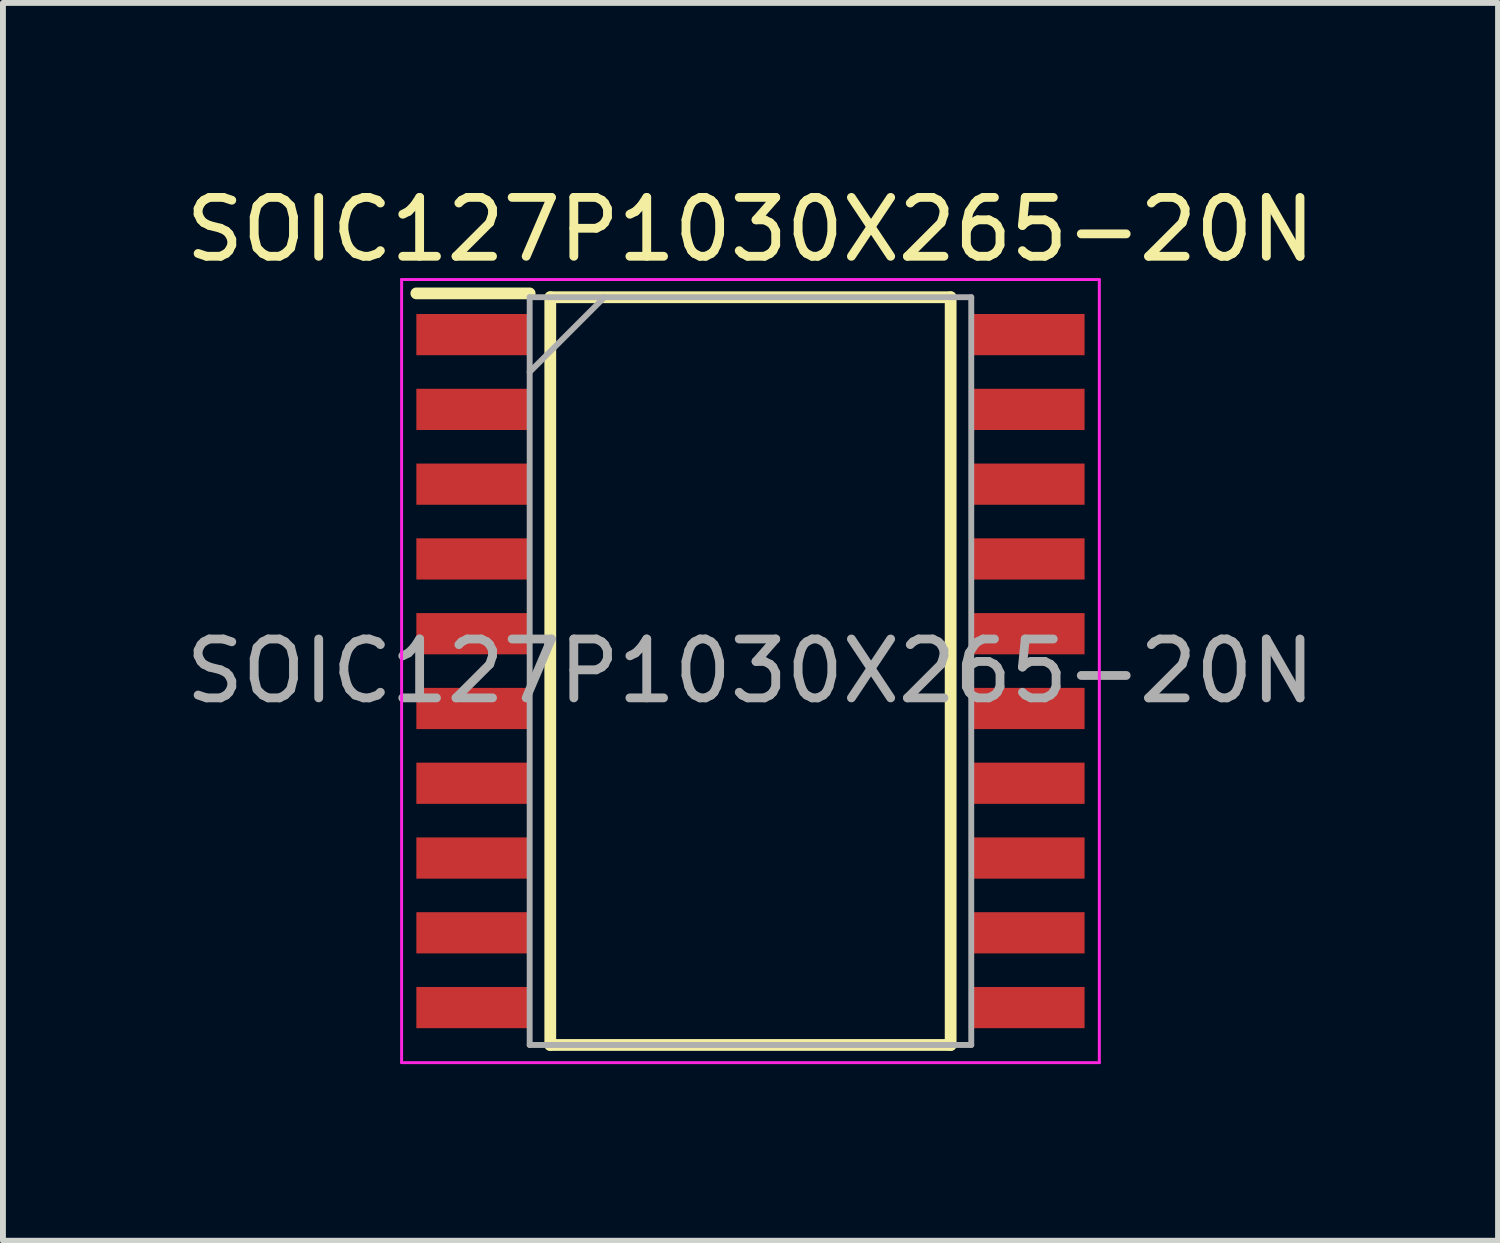
<source format=kicad_pcb>
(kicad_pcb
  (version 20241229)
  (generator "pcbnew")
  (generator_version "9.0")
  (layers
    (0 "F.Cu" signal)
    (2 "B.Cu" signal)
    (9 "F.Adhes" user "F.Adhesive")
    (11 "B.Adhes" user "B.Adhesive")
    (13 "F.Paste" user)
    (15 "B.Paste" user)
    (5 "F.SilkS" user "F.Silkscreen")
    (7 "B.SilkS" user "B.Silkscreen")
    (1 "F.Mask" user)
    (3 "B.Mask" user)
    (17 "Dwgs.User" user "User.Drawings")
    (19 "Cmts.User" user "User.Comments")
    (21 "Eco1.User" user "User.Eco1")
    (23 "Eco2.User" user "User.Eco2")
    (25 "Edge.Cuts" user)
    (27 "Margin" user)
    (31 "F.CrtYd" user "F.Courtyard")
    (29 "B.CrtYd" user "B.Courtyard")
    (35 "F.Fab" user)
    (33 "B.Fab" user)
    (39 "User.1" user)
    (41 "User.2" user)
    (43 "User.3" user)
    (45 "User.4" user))
  (footprint "SOIC127P1030X265-20N"
    (layer "F.Cu")
    (at 9.696 8.348)
    (property "Reference" "SOIC127P1030X265-20N" (at 0 -7.5 0) (layer "F.SilkS") (effects (font (size 1 1) (thickness 0.15))))
    (attr smd)
    (fp_line (start -5.675 -6.415) (end -3.75 -6.415) (stroke (width 0.2) (type solid)) (layer "F.SilkS"))
    (fp_line (start -3.4 -6.35) (end 3.4 -6.35) (stroke (width 0.2) (type solid)) (layer "F.SilkS"))
    (fp_line (start -3.4 6.35) (end -3.4 -6.35) (stroke (width 0.2) (type solid)) (layer "F.SilkS"))
    (fp_line (start 3.4 -6.35) (end 3.4 6.35) (stroke (width 0.2) (type solid)) (layer "F.SilkS"))
    (fp_line (start 3.4 6.35) (end -3.4 6.35) (stroke (width 0.2) (type solid)) (layer "F.SilkS"))
    (fp_line (start -5.925 -6.65) (end 5.925 -6.65) (stroke (width 0.05) (type solid)) (layer "F.CrtYd"))
    (fp_line (start -5.925 6.65) (end -5.925 -6.65) (stroke (width 0.05) (type solid)) (layer "F.CrtYd"))
    (fp_line (start 5.925 -6.65) (end 5.925 6.65) (stroke (width 0.05) (type solid)) (layer "F.CrtYd"))
    (fp_line (start 5.925 6.65) (end -5.925 6.65) (stroke (width 0.05) (type solid)) (layer "F.CrtYd"))
    (fp_line (start -3.75 -6.35) (end 3.75 -6.35) (stroke (width 0.1) (type solid)) (layer "F.Fab"))
    (fp_line (start -3.75 -5.08) (end -2.48 -6.35) (stroke (width 0.1) (type solid)) (layer "F.Fab"))
    (fp_line (start -3.75 6.35) (end -3.75 -6.35) (stroke (width 0.1) (type solid)) (layer "F.Fab"))
    (fp_line (start 3.75 -6.35) (end 3.75 6.35) (stroke (width 0.1) (type solid)) (layer "F.Fab"))
    (fp_line (start 3.75 6.35) (end -3.75 6.35) (stroke (width 0.1) (type solid)) (layer "F.Fab"))
    (fp_text user "${REFERENCE}" (at 0 0 0) (layer "F.Fab") (effects (font (size 1 1) (thickness 0.15))))
    (pad "1" smd rect (at -4.712 -5.715 90) (size 0.7 1.925) (layers "F.Cu" "F.Mask" "F.Paste"))
    (pad "2" smd rect (at -4.712 -4.445 90) (size 0.7 1.925) (layers "F.Cu" "F.Mask" "F.Paste"))
    (pad "3" smd rect (at -4.712 -3.175 90) (size 0.7 1.925) (layers "F.Cu" "F.Mask" "F.Paste"))
    (pad "4" smd rect (at -4.712 -1.905 90) (size 0.7 1.925) (layers "F.Cu" "F.Mask" "F.Paste"))
    (pad "5" smd rect (at -4.712 -0.635 90) (size 0.7 1.925) (layers "F.Cu" "F.Mask" "F.Paste"))
    (pad "6" smd rect (at -4.712 0.635 90) (size 0.7 1.925) (layers "F.Cu" "F.Mask" "F.Paste"))
    (pad "7" smd rect (at -4.712 1.905 90) (size 0.7 1.925) (layers "F.Cu" "F.Mask" "F.Paste"))
    (pad "8" smd rect (at -4.712 3.175 90) (size 0.7 1.925) (layers "F.Cu" "F.Mask" "F.Paste"))
    (pad "9" smd rect (at -4.712 4.445 90) (size 0.7 1.925) (layers "F.Cu" "F.Mask" "F.Paste"))
    (pad "10" smd rect (at -4.712 5.715 90) (size 0.7 1.925) (layers "F.Cu" "F.Mask" "F.Paste"))
    (pad "11" smd rect (at 4.712 5.715 90) (size 0.7 1.925) (layers "F.Cu" "F.Mask" "F.Paste"))
    (pad "12" smd rect (at 4.712 4.445 90) (size 0.7 1.925) (layers "F.Cu" "F.Mask" "F.Paste"))
    (pad "13" smd rect (at 4.712 3.175 90) (size 0.7 1.925) (layers "F.Cu" "F.Mask" "F.Paste"))
    (pad "14" smd rect (at 4.712 1.905 90) (size 0.7 1.925) (layers "F.Cu" "F.Mask" "F.Paste"))
    (pad "15" smd rect (at 4.712 0.635 90) (size 0.7 1.925) (layers "F.Cu" "F.Mask" "F.Paste"))
    (pad "16" smd rect (at 4.712 -0.635 90) (size 0.7 1.925) (layers "F.Cu" "F.Mask" "F.Paste"))
    (pad "17" smd rect (at 4.712 -1.905 90) (size 0.7 1.925) (layers "F.Cu" "F.Mask" "F.Paste"))
    (pad "18" smd rect (at 4.712 -3.175 90) (size 0.7 1.925) (layers "F.Cu" "F.Mask" "F.Paste"))
    (pad "19" smd rect (at 4.712 -4.445 90) (size 0.7 1.925) (layers "F.Cu" "F.Mask" "F.Paste"))
    (pad "20" smd rect (at 4.712 -5.715 90) (size 0.7 1.925) (layers "F.Cu" "F.Mask" "F.Paste")))
  (gr_rect
    (start -3 -3)
    (end 22.393 18.023)
    (stroke (width 0.1) (type default))
    (fill no)
    (layer "Edge.Cuts")))
</source>
